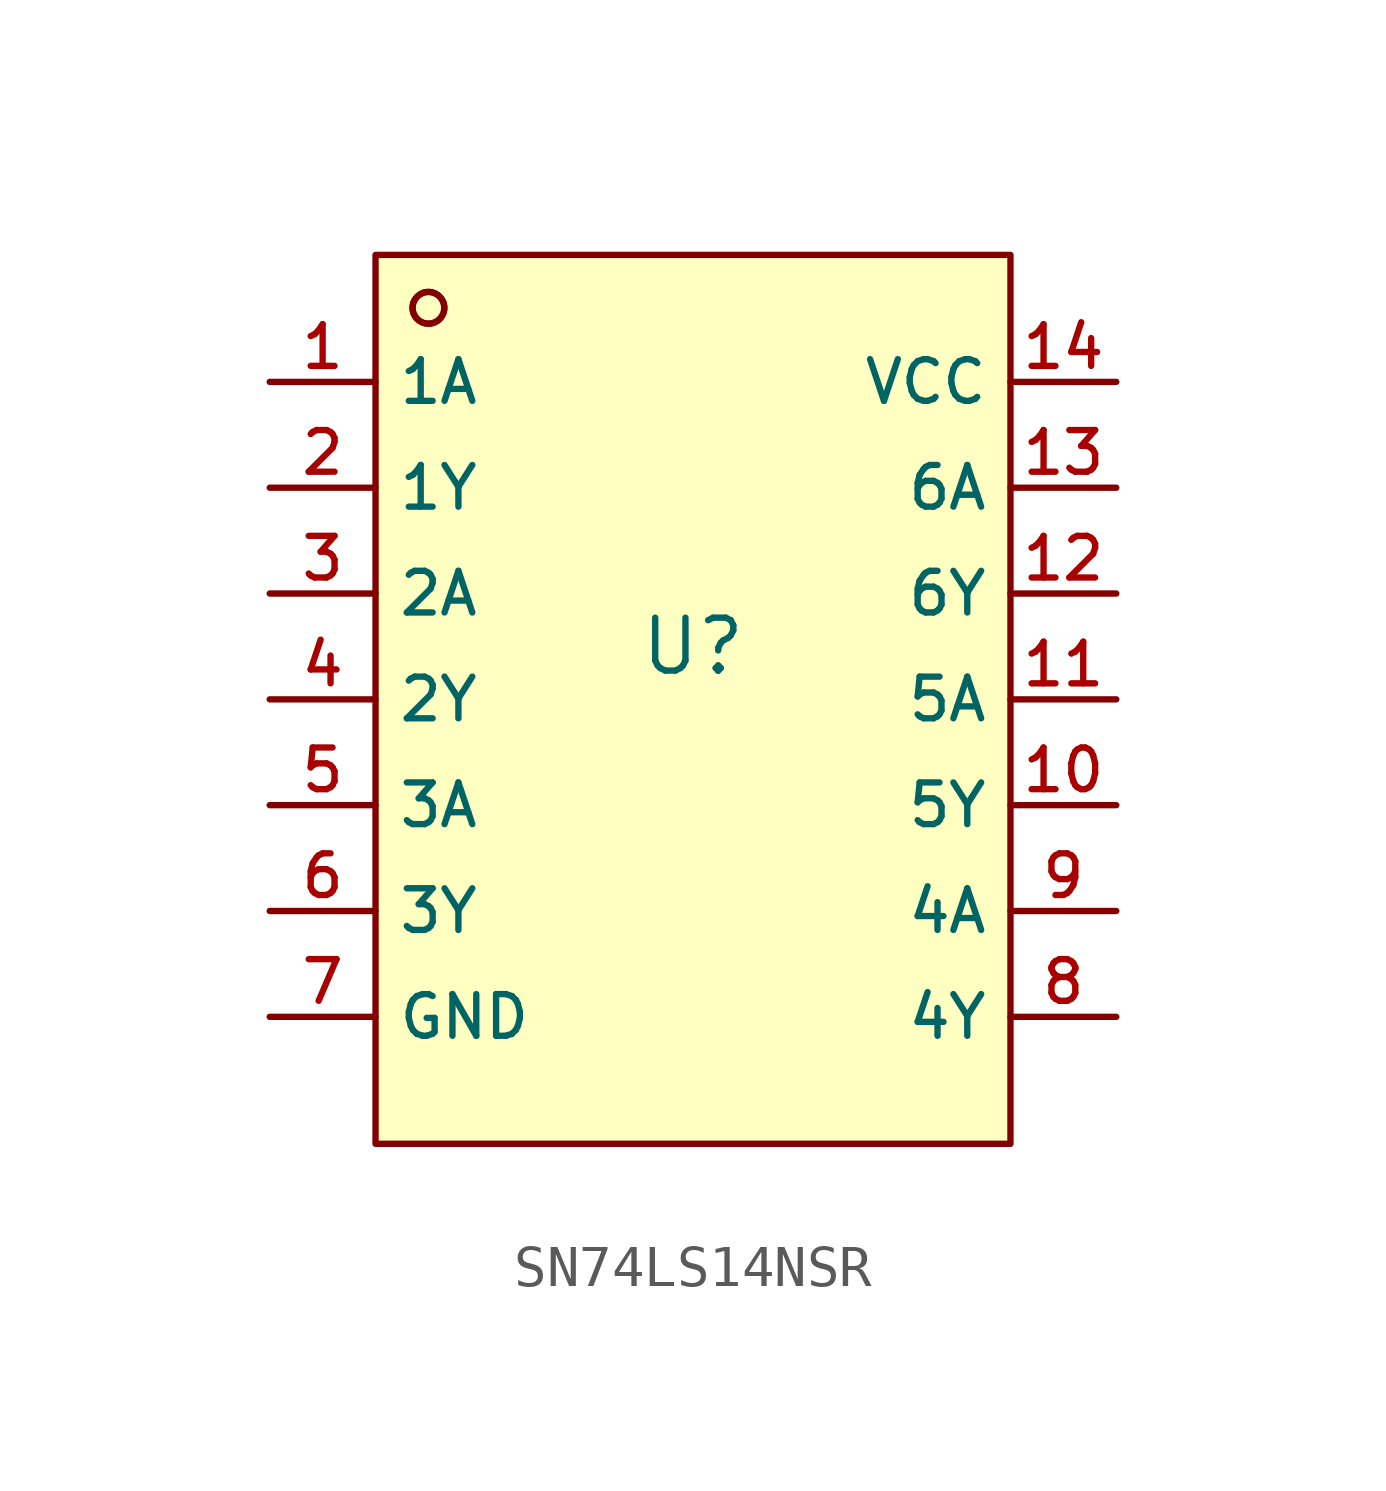
<source format=kicad_sym>
(kicad_symbol_lib
  (version 20210201)
  (generator TousstNicolas/JLC2KiCad_lib)
  (symbol "SN74LS14NSR"
    (property "Reference" "U"
      (at 0 1.27 0)
      (effects (font (size 1.27 1.27))))
    (symbol "SN74LS14NSR_0_1"
      (circle (center -6.35 9.398) (radius 0.381) (stroke (width 0) (type default) (color 0 0 0 0)) (fill (type background)))
      (rectangle (start -7.62 10.668) (end 7.62 -10.668) (stroke (width 0) (type default) (color 0 0 0 0)) (fill (type background)))
      (circle (center -6.35 9.398) (radius 0.381) (stroke (width 0) (type default) (color 0 0 0 0)) (fill (type background)))
      (pin unspecified line (at -10.16 7.62 0) (length 2.54) (name "1A" (effects (font (size 1 1)))) (number "1" (effects (font (size 1 1)))))
      (pin unspecified line (at -10.16 5.08 0) (length 2.54) (name "1Y" (effects (font (size 1 1)))) (number "2" (effects (font (size 1 1)))))
      (pin unspecified line (at -10.16 2.54 0) (length 2.54) (name "2A" (effects (font (size 1 1)))) (number "3" (effects (font (size 1 1)))))
      (pin unspecified line (at -10.16 -0.0 0) (length 2.54) (name "2Y" (effects (font (size 1 1)))) (number "4" (effects (font (size 1 1)))))
      (pin unspecified line (at -10.16 -2.54 0) (length 2.54) (name "3A" (effects (font (size 1 1)))) (number "5" (effects (font (size 1 1)))))
      (pin unspecified line (at -10.16 -5.08 0) (length 2.54) (name "3Y" (effects (font (size 1 1)))) (number "6" (effects (font (size 1 1)))))
      (pin unspecified line (at -10.16 -7.62 0) (length 2.54) (name "GND" (effects (font (size 1 1)))) (number "7" (effects (font (size 1 1)))))
      (pin unspecified line (at 10.16 -7.62 180) (length 2.54) (name "4Y" (effects (font (size 1 1)))) (number "8" (effects (font (size 1 1)))))
      (pin unspecified line (at 10.16 -5.08 180) (length 2.54) (name "4A" (effects (font (size 1 1)))) (number "9" (effects (font (size 1 1)))))
      (pin unspecified line (at 10.16 -2.54 180) (length 2.54) (name "5Y" (effects (font (size 1 1)))) (number "10" (effects (font (size 1 1)))))
      (pin unspecified line (at 10.16 -0.0 180) (length 2.54) (name "5A" (effects (font (size 1 1)))) (number "11" (effects (font (size 1 1)))))
      (pin unspecified line (at 10.16 2.54 180) (length 2.54) (name "6Y" (effects (font (size 1 1)))) (number "12" (effects (font (size 1 1)))))
      (pin unspecified line (at 10.16 5.08 180) (length 2.54) (name "6A" (effects (font (size 1 1)))) (number "13" (effects (font (size 1 1)))))
      (pin unspecified line (at 10.16 7.62 180) (length 2.54) (name "VCC" (effects (font (size 1 1)))) (number "14" (effects (font (size 1 1))))))))
</source>
